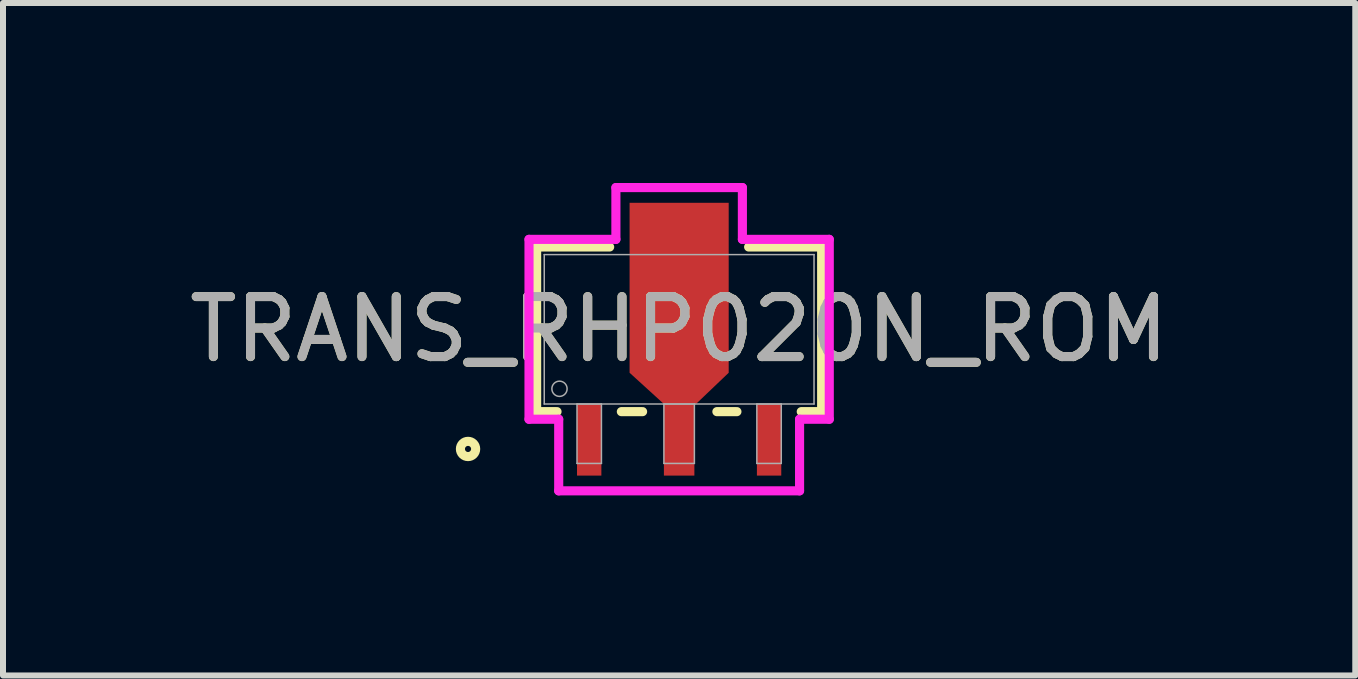
<source format=kicad_pcb>
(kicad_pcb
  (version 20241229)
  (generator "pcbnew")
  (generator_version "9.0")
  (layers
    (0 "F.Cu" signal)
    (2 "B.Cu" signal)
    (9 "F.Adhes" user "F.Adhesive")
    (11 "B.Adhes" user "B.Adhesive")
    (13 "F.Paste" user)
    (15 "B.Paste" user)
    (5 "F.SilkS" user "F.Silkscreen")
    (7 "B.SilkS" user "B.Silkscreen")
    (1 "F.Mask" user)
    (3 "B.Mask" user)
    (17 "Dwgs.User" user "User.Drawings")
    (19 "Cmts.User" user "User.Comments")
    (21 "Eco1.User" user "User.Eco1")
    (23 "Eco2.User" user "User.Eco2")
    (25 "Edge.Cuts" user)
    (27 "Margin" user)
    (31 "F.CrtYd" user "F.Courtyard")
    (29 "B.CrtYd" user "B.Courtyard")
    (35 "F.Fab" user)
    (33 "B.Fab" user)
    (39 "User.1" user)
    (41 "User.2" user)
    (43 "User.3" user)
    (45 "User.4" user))
  (footprint "TRANS_RHP020N_ROM"
    (layer "F.Cu")
    (at 8.268 2.438)
    (property "Reference" "TRANS_RHP020N_ROM" (at 0 0 0) (unlocked yes) (layer "F.SilkS") (effects (font (size 1 1) (thickness 0.15))))
    (attr smd)
    (fp_poly (pts (xy -0.254 1.245) (xy -0.826 0.724) (xy -0.826 -2.108) (xy 0.826 -2.108) (xy 0.826 0.724) (xy 0.254 1.27) (xy 0.254 1.245)) (stroke (width 0) (type solid)) (fill yes) (layer "F.Cu"))
    (fp_poly (pts (xy -0.254 1.245) (xy -0.8 0.699) (xy -0.8 -1.956) (xy 0.8 -1.956) (xy 0.8 0.699) (xy 0.254 1.245)) (stroke (width 0) (type solid)) (fill yes) (layer "F.Mask"))
    (fp_line (start -2.375 -1.372) (end -2.375 1.372) (stroke (width 0.152) (type solid)) (layer "F.SilkS"))
    (fp_line (start -2.375 1.372) (end -2.035 1.372) (stroke (width 0.152) (type solid)) (layer "F.SilkS"))
    (fp_line (start -1.158 -1.372) (end -2.375 -1.372) (stroke (width 0.152) (type solid)) (layer "F.SilkS"))
    (fp_line (start -0.963 1.372) (end -0.609 1.372) (stroke (width 0.152) (type solid)) (layer "F.SilkS"))
    (fp_line (start 0.629 1.372) (end 0.963 1.372) (stroke (width 0.152) (type solid)) (layer "F.SilkS"))
    (fp_line (start 2.035 1.372) (end 2.375 1.372) (stroke (width 0.152) (type solid)) (layer "F.SilkS"))
    (fp_line (start 2.375 -1.372) (end 1.158 -1.372) (stroke (width 0.152) (type solid)) (layer "F.SilkS"))
    (fp_line (start 2.375 1.372) (end 2.375 -1.372) (stroke (width 0.152) (type solid)) (layer "F.SilkS"))
    (fp_circle (center -3.518 1.994) (end -3.391 1.994) (stroke (width 0.152) (type solid)) (fill no) (layer "F.SilkS"))
    (fp_poly (pts (xy -0.254 1.245) (xy -0.8 0.699) (xy -0.8 -1.956) (xy 0.8 -1.956) (xy 0.8 0.699) (xy 0.254 1.245)) (stroke (width 0) (type solid)) (fill yes) (layer "F.Paste"))
    (fp_line (start -2.502 -1.499) (end -1.054 -1.499) (stroke (width 0.152) (type solid)) (layer "F.CrtYd"))
    (fp_line (start -2.502 1.499) (end -2.502 -1.499) (stroke (width 0.152) (type solid)) (layer "F.CrtYd"))
    (fp_line (start -2.007 1.499) (end -2.502 1.499) (stroke (width 0.152) (type solid)) (layer "F.CrtYd"))
    (fp_line (start -2.007 2.692) (end -2.007 1.499) (stroke (width 0.152) (type solid)) (layer "F.CrtYd"))
    (fp_line (start -1.054 -2.362) (end 1.054 -2.362) (stroke (width 0.152) (type solid)) (layer "F.CrtYd"))
    (fp_line (start -1.054 -1.499) (end -1.054 -2.362) (stroke (width 0.152) (type solid)) (layer "F.CrtYd"))
    (fp_line (start 1.054 -2.362) (end 1.054 -1.499) (stroke (width 0.152) (type solid)) (layer "F.CrtYd"))
    (fp_line (start 1.054 -1.499) (end 2.502 -1.499) (stroke (width 0.152) (type solid)) (layer "F.CrtYd"))
    (fp_line (start 2.007 1.499) (end 2.007 2.692) (stroke (width 0.152) (type solid)) (layer "F.CrtYd"))
    (fp_line (start 2.007 2.692) (end -2.007 2.692) (stroke (width 0.152) (type solid)) (layer "F.CrtYd"))
    (fp_line (start 2.502 -1.499) (end 2.502 1.499) (stroke (width 0.152) (type solid)) (layer "F.CrtYd"))
    (fp_line (start 2.502 1.499) (end 2.007 1.499) (stroke (width 0.152) (type solid)) (layer "F.CrtYd"))
    (fp_line (start -2.248 -1.245) (end -2.248 1.245) (stroke (width 0.025) (type solid)) (layer "F.Fab"))
    (fp_line (start -2.248 1.245) (end 2.248 1.245) (stroke (width 0.025) (type solid)) (layer "F.Fab"))
    (fp_line (start -1.702 1.245) (end -1.702 2.235) (stroke (width 0.025) (type solid)) (layer "F.Fab"))
    (fp_line (start -1.702 2.235) (end -1.295 2.235) (stroke (width 0.025) (type solid)) (layer "F.Fab"))
    (fp_line (start -1.295 1.245) (end -1.702 1.245) (stroke (width 0.025) (type solid)) (layer "F.Fab"))
    (fp_line (start -1.295 2.235) (end -1.295 1.245) (stroke (width 0.025) (type solid)) (layer "F.Fab"))
    (fp_line (start -0.254 1.245) (end -0.254 2.235) (stroke (width 0.025) (type solid)) (layer "F.Fab"))
    (fp_line (start -0.254 2.235) (end 0.254 2.235) (stroke (width 0.025) (type solid)) (layer "F.Fab"))
    (fp_line (start 0.254 1.245) (end -0.254 1.245) (stroke (width 0.025) (type solid)) (layer "F.Fab"))
    (fp_line (start 0.254 2.235) (end 0.254 1.245) (stroke (width 0.025) (type solid)) (layer "F.Fab"))
    (fp_line (start 1.295 1.245) (end 1.295 2.235) (stroke (width 0.025) (type solid)) (layer "F.Fab"))
    (fp_line (start 1.295 2.235) (end 1.702 2.235) (stroke (width 0.025) (type solid)) (layer "F.Fab"))
    (fp_line (start 1.702 1.245) (end 1.295 1.245) (stroke (width 0.025) (type solid)) (layer "F.Fab"))
    (fp_line (start 1.702 2.235) (end 1.702 1.245) (stroke (width 0.025) (type solid)) (layer "F.Fab"))
    (fp_line (start 2.248 -1.245) (end -2.248 -1.245) (stroke (width 0.025) (type solid)) (layer "F.Fab"))
    (fp_line (start 2.248 1.245) (end 2.248 -1.245) (stroke (width 0.025) (type solid)) (layer "F.Fab"))
    (fp_circle (center -1.994 0.991) (end -1.867 0.991) (stroke (width 0.025) (type solid)) (fill no) (layer "F.Fab"))
    (fp_text user "${REFERENCE}" (at 0 0 0) (unlocked yes) (layer "F.Fab") (effects (font (size 1 1) (thickness 0.15))))
    (pad "1" smd rect (at -1.499 1.841) (size 0.406 1.194) (layers "F.Cu" "F.Mask" "F.Paste"))
    (pad "2" smd rect (at 0 1.841) (size 0.508 1.194) (layers "F.Cu" "F.Mask" "F.Paste"))
    (pad "3" smd rect (at 1.499 1.841) (size 0.406 1.194) (layers "F.Cu" "F.Mask" "F.Paste")))
  (gr_rect
    (start -3 -3)
    (end 19.536 8.207)
    (stroke (width 0.1) (type default))
    (fill no)
    (layer "Edge.Cuts")))
</source>
